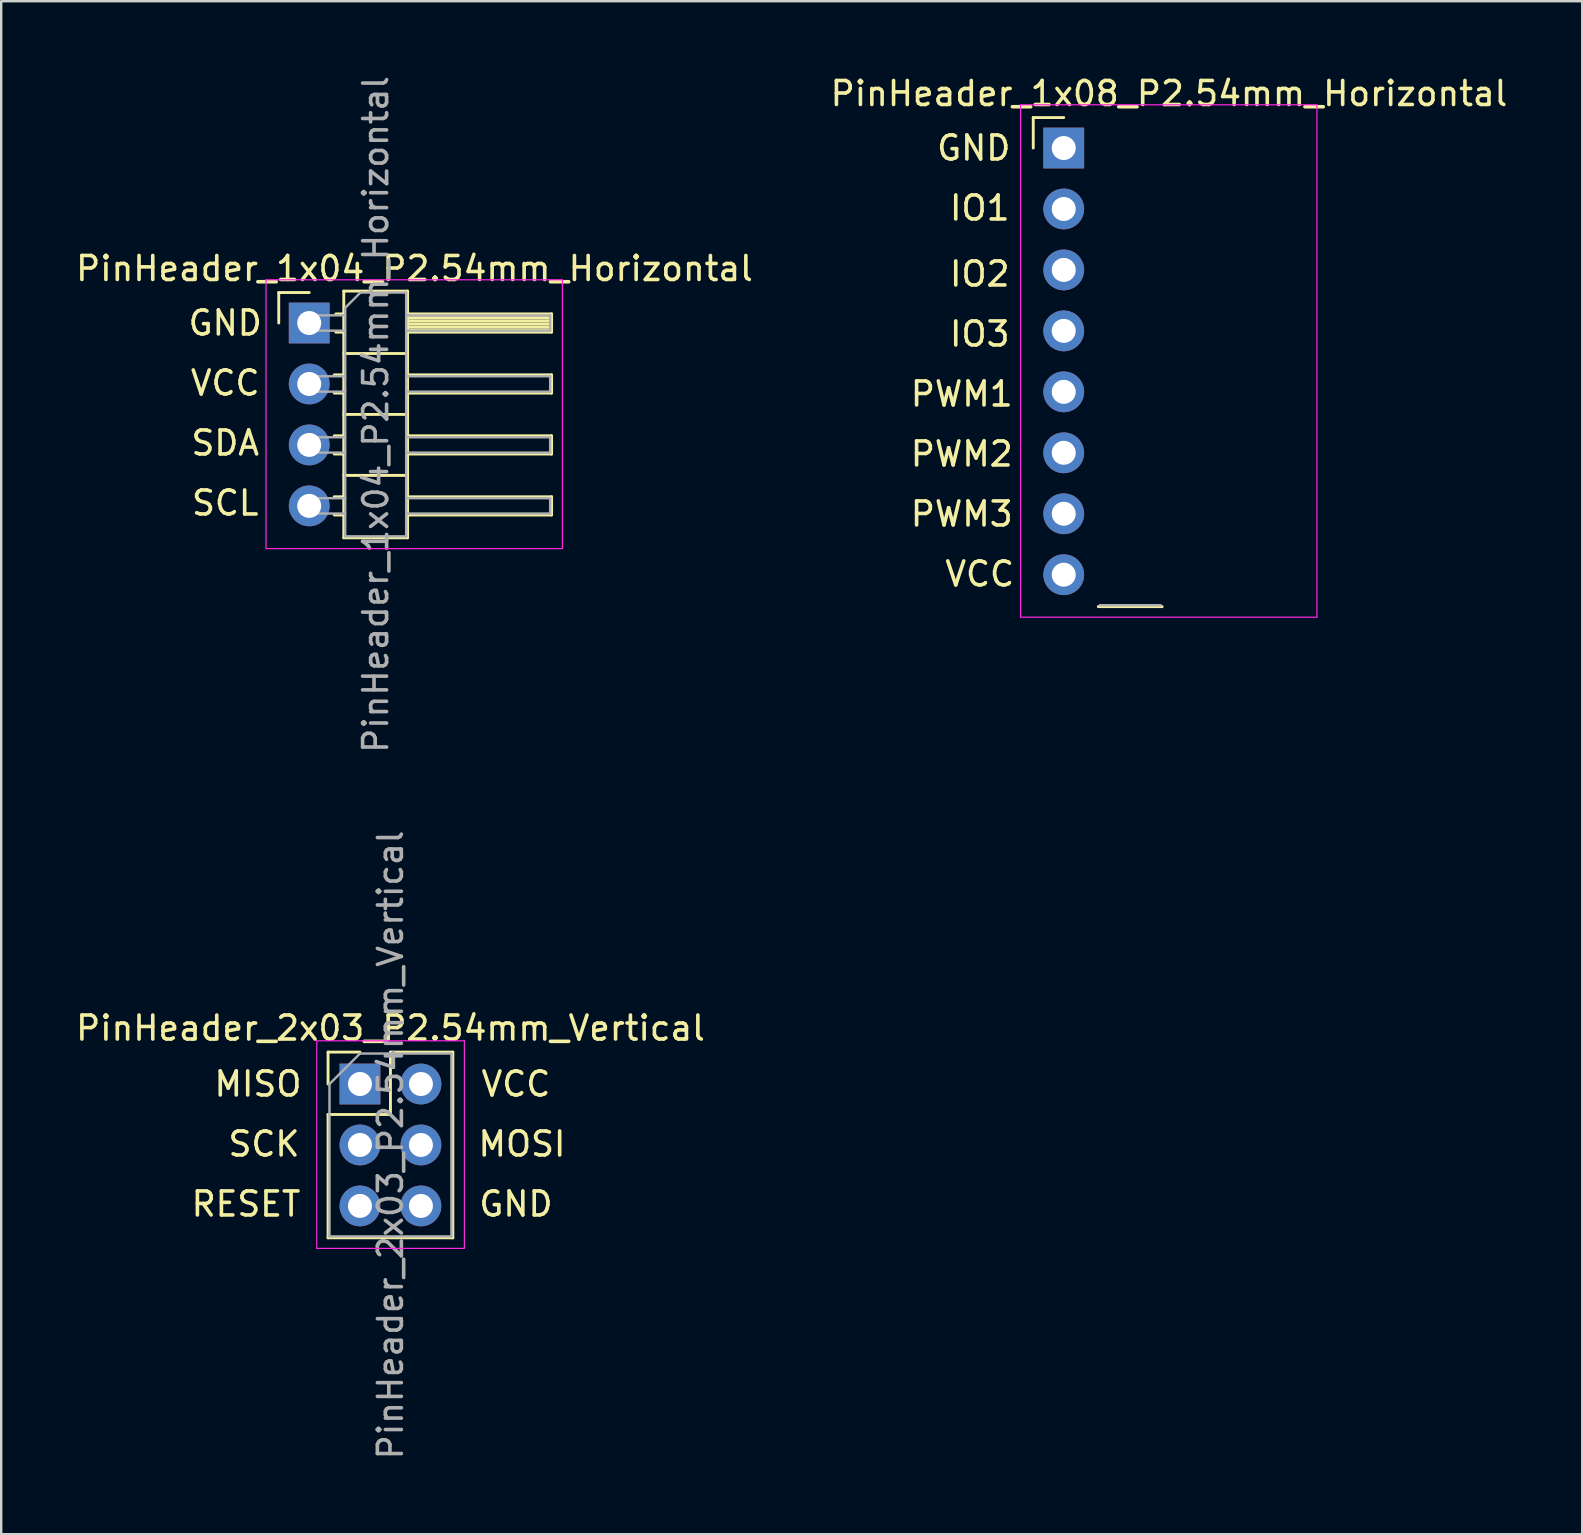
<source format=kicad_pcb>
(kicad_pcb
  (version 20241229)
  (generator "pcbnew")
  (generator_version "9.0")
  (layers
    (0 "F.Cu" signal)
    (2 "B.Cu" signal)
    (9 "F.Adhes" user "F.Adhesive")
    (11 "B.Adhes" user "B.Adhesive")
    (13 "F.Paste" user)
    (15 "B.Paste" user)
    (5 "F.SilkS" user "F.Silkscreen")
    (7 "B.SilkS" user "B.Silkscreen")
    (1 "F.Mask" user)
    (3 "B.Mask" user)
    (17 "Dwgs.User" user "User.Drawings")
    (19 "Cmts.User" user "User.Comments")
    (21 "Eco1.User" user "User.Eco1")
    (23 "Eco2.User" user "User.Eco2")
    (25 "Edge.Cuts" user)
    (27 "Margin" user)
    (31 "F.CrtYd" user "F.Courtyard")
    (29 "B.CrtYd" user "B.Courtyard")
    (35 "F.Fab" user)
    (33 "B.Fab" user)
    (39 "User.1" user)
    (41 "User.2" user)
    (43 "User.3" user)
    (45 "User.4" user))
  (footprint "PinHeader_1x04_P2.54mm_Horizontal"
    (layer "F.Cu")
    (at 9.835 10.41)
    (property "Reference" "PinHeader_1x04_P2.54mm_Horizontal" (at 4.385 -2.27 0) (layer "F.SilkS") (effects (font (size 1 1) (thickness 0.15))))
    (attr through_hole)
    (fp_line (start -1.27 -1.27) (end 0 -1.27) (stroke (width 0.12) (type solid)) (layer "F.SilkS"))
    (fp_line (start -1.27 0) (end -1.27 -1.27) (stroke (width 0.12) (type solid)) (layer "F.SilkS"))
    (fp_line (start 1.043 2.16) (end 1.44 2.16) (stroke (width 0.12) (type solid)) (layer "F.SilkS"))
    (fp_line (start 1.043 2.92) (end 1.44 2.92) (stroke (width 0.12) (type solid)) (layer "F.SilkS"))
    (fp_line (start 1.043 4.7) (end 1.44 4.7) (stroke (width 0.12) (type solid)) (layer "F.SilkS"))
    (fp_line (start 1.043 5.46) (end 1.44 5.46) (stroke (width 0.12) (type solid)) (layer "F.SilkS"))
    (fp_line (start 1.043 7.24) (end 1.44 7.24) (stroke (width 0.12) (type solid)) (layer "F.SilkS"))
    (fp_line (start 1.043 8) (end 1.44 8) (stroke (width 0.12) (type solid)) (layer "F.SilkS"))
    (fp_line (start 1.11 -0.38) (end 1.44 -0.38) (stroke (width 0.12) (type solid)) (layer "F.SilkS"))
    (fp_line (start 1.11 0.38) (end 1.44 0.38) (stroke (width 0.12) (type solid)) (layer "F.SilkS"))
    (fp_line (start 1.44 -1.33) (end 1.44 8.95) (stroke (width 0.12) (type solid)) (layer "F.SilkS"))
    (fp_line (start 1.44 1.27) (end 4.1 1.27) (stroke (width 0.12) (type solid)) (layer "F.SilkS"))
    (fp_line (start 1.44 3.81) (end 4.1 3.81) (stroke (width 0.12) (type solid)) (layer "F.SilkS"))
    (fp_line (start 1.44 6.35) (end 4.1 6.35) (stroke (width 0.12) (type solid)) (layer "F.SilkS"))
    (fp_line (start 1.44 8.95) (end 4.1 8.95) (stroke (width 0.12) (type solid)) (layer "F.SilkS"))
    (fp_line (start 4.1 -1.33) (end 1.44 -1.33) (stroke (width 0.12) (type solid)) (layer "F.SilkS"))
    (fp_line (start 4.1 -0.38) (end 10.1 -0.38) (stroke (width 0.12) (type solid)) (layer "F.SilkS"))
    (fp_line (start 4.1 -0.32) (end 10.1 -0.32) (stroke (width 0.12) (type solid)) (layer "F.SilkS"))
    (fp_line (start 4.1 -0.2) (end 10.1 -0.2) (stroke (width 0.12) (type solid)) (layer "F.SilkS"))
    (fp_line (start 4.1 -0.08) (end 10.1 -0.08) (stroke (width 0.12) (type solid)) (layer "F.SilkS"))
    (fp_line (start 4.1 0.04) (end 10.1 0.04) (stroke (width 0.12) (type solid)) (layer "F.SilkS"))
    (fp_line (start 4.1 0.16) (end 10.1 0.16) (stroke (width 0.12) (type solid)) (layer "F.SilkS"))
    (fp_line (start 4.1 0.28) (end 10.1 0.28) (stroke (width 0.12) (type solid)) (layer "F.SilkS"))
    (fp_line (start 4.1 2.16) (end 10.1 2.16) (stroke (width 0.12) (type solid)) (layer "F.SilkS"))
    (fp_line (start 4.1 4.7) (end 10.1 4.7) (stroke (width 0.12) (type solid)) (layer "F.SilkS"))
    (fp_line (start 4.1 7.24) (end 10.1 7.24) (stroke (width 0.12) (type solid)) (layer "F.SilkS"))
    (fp_line (start 4.1 8.95) (end 4.1 -1.33) (stroke (width 0.12) (type solid)) (layer "F.SilkS"))
    (fp_line (start 10.1 -0.38) (end 10.1 0.38) (stroke (width 0.12) (type solid)) (layer "F.SilkS"))
    (fp_line (start 10.1 0.38) (end 4.1 0.38) (stroke (width 0.12) (type solid)) (layer "F.SilkS"))
    (fp_line (start 10.1 2.16) (end 10.1 2.92) (stroke (width 0.12) (type solid)) (layer "F.SilkS"))
    (fp_line (start 10.1 2.92) (end 4.1 2.92) (stroke (width 0.12) (type solid)) (layer "F.SilkS"))
    (fp_line (start 10.1 4.7) (end 10.1 5.46) (stroke (width 0.12) (type solid)) (layer "F.SilkS"))
    (fp_line (start 10.1 5.46) (end 4.1 5.46) (stroke (width 0.12) (type solid)) (layer "F.SilkS"))
    (fp_line (start 10.1 7.24) (end 10.1 8) (stroke (width 0.12) (type solid)) (layer "F.SilkS"))
    (fp_line (start 10.1 8) (end 4.1 8) (stroke (width 0.12) (type solid)) (layer "F.SilkS"))
    (fp_line (start -1.8 -1.8) (end -1.8 9.4) (stroke (width 0.05) (type solid)) (layer "F.CrtYd"))
    (fp_line (start -1.8 9.4) (end 10.55 9.4) (stroke (width 0.05) (type solid)) (layer "F.CrtYd"))
    (fp_line (start 10.55 -1.8) (end -1.8 -1.8) (stroke (width 0.05) (type solid)) (layer "F.CrtYd"))
    (fp_line (start 10.55 9.4) (end 10.55 -1.8) (stroke (width 0.05) (type solid)) (layer "F.CrtYd"))
    (fp_line (start -0.32 -0.32) (end -0.32 0.32) (stroke (width 0.1) (type solid)) (layer "F.Fab"))
    (fp_line (start -0.32 -0.32) (end 1.5 -0.32) (stroke (width 0.1) (type solid)) (layer "F.Fab"))
    (fp_line (start -0.32 0.32) (end 1.5 0.32) (stroke (width 0.1) (type solid)) (layer "F.Fab"))
    (fp_line (start -0.32 2.22) (end -0.32 2.86) (stroke (width 0.1) (type solid)) (layer "F.Fab"))
    (fp_line (start -0.32 2.22) (end 1.5 2.22) (stroke (width 0.1) (type solid)) (layer "F.Fab"))
    (fp_line (start -0.32 2.86) (end 1.5 2.86) (stroke (width 0.1) (type solid)) (layer "F.Fab"))
    (fp_line (start -0.32 4.76) (end -0.32 5.4) (stroke (width 0.1) (type solid)) (layer "F.Fab"))
    (fp_line (start -0.32 4.76) (end 1.5 4.76) (stroke (width 0.1) (type solid)) (layer "F.Fab"))
    (fp_line (start -0.32 5.4) (end 1.5 5.4) (stroke (width 0.1) (type solid)) (layer "F.Fab"))
    (fp_line (start -0.32 7.3) (end -0.32 7.94) (stroke (width 0.1) (type solid)) (layer "F.Fab"))
    (fp_line (start -0.32 7.3) (end 1.5 7.3) (stroke (width 0.1) (type solid)) (layer "F.Fab"))
    (fp_line (start -0.32 7.94) (end 1.5 7.94) (stroke (width 0.1) (type solid)) (layer "F.Fab"))
    (fp_line (start 1.5 -0.635) (end 2.135 -1.27) (stroke (width 0.1) (type solid)) (layer "F.Fab"))
    (fp_line (start 1.5 8.89) (end 1.5 -0.635) (stroke (width 0.1) (type solid)) (layer "F.Fab"))
    (fp_line (start 2.135 -1.27) (end 4.04 -1.27) (stroke (width 0.1) (type solid)) (layer "F.Fab"))
    (fp_line (start 4.04 -1.27) (end 4.04 8.89) (stroke (width 0.1) (type solid)) (layer "F.Fab"))
    (fp_line (start 4.04 -0.32) (end 10.04 -0.32) (stroke (width 0.1) (type solid)) (layer "F.Fab"))
    (fp_line (start 4.04 0.32) (end 10.04 0.32) (stroke (width 0.1) (type solid)) (layer "F.Fab"))
    (fp_line (start 4.04 2.22) (end 10.04 2.22) (stroke (width 0.1) (type solid)) (layer "F.Fab"))
    (fp_line (start 4.04 2.86) (end 10.04 2.86) (stroke (width 0.1) (type solid)) (layer "F.Fab"))
    (fp_line (start 4.04 4.76) (end 10.04 4.76) (stroke (width 0.1) (type solid)) (layer "F.Fab"))
    (fp_line (start 4.04 5.4) (end 10.04 5.4) (stroke (width 0.1) (type solid)) (layer "F.Fab"))
    (fp_line (start 4.04 7.3) (end 10.04 7.3) (stroke (width 0.1) (type solid)) (layer "F.Fab"))
    (fp_line (start 4.04 7.94) (end 10.04 7.94) (stroke (width 0.1) (type solid)) (layer "F.Fab"))
    (fp_line (start 4.04 8.89) (end 1.5 8.89) (stroke (width 0.1) (type solid)) (layer "F.Fab"))
    (fp_line (start 10.04 -0.32) (end 10.04 0.32) (stroke (width 0.1) (type solid)) (layer "F.Fab"))
    (fp_line (start 10.04 2.22) (end 10.04 2.86) (stroke (width 0.1) (type solid)) (layer "F.Fab"))
    (fp_line (start 10.04 4.76) (end 10.04 5.4) (stroke (width 0.1) (type solid)) (layer "F.Fab"))
    (fp_line (start 10.04 7.3) (end 10.04 7.94) (stroke (width 0.1) (type solid)) (layer "F.Fab"))
    (fp_text user "GND" (at -3.5 0 0) (layer "F.SilkS") (effects (font (size 1 1) (thickness 0.15))))
    (fp_text user "VCC" (at -3.5 2.5 0) (layer "F.SilkS") (effects (font (size 1 1) (thickness 0.15))))
    (fp_text user "SDA" (at -3.5 5 0) (layer "F.SilkS") (effects (font (size 1 1) (thickness 0.15))))
    (fp_text user "SCL" (at -3.5 7.5 0) (layer "F.SilkS") (effects (font (size 1 1) (thickness 0.15))))
    (fp_text user "${REFERENCE}" (at 2.77 3.81 90) (layer "F.Fab") (effects (font (size 1 1) (thickness 0.15))))
    (pad "1" thru_hole rect (at 0 0) (size 1.7 1.7) (drill 1) (layers "*.Cu" "*.Mask"))
    (pad "2" thru_hole oval (at 0 2.54) (size 1.7 1.7) (drill 1) (layers "*.Cu" "*.Mask"))
    (pad "3" thru_hole oval (at 0 5.08) (size 1.7 1.7) (drill 1) (layers "*.Cu" "*.Mask"))
    (pad "4" thru_hole oval (at 0 7.62) (size 1.7 1.7) (drill 1) (layers "*.Cu" "*.Mask")))
  (footprint "PinHeader_2x03_P2.54mm_Vertical"
    (layer "F.Cu")
    (at 11.95 42.121)
    (property "Reference" "PinHeader_2x03_P2.54mm_Vertical" (at 1.27 -2.33 0) (layer "F.SilkS") (effects (font (size 1 1) (thickness 0.15))))
    (attr through_hole)
    (fp_line (start -1.33 -1.33) (end 0 -1.33) (stroke (width 0.12) (type solid)) (layer "F.SilkS"))
    (fp_line (start -1.33 0) (end -1.33 -1.33) (stroke (width 0.12) (type solid)) (layer "F.SilkS"))
    (fp_line (start -1.33 1.27) (end -1.33 6.41) (stroke (width 0.12) (type solid)) (layer "F.SilkS"))
    (fp_line (start -1.33 1.27) (end 1.27 1.27) (stroke (width 0.12) (type solid)) (layer "F.SilkS"))
    (fp_line (start -1.33 6.41) (end 3.87 6.41) (stroke (width 0.12) (type solid)) (layer "F.SilkS"))
    (fp_line (start 1.27 -1.33) (end 3.87 -1.33) (stroke (width 0.12) (type solid)) (layer "F.SilkS"))
    (fp_line (start 1.27 1.27) (end 1.27 -1.33) (stroke (width 0.12) (type solid)) (layer "F.SilkS"))
    (fp_line (start 3.87 -1.33) (end 3.87 6.41) (stroke (width 0.12) (type solid)) (layer "F.SilkS"))
    (fp_line (start -1.8 -1.8) (end -1.8 6.85) (stroke (width 0.05) (type solid)) (layer "F.CrtYd"))
    (fp_line (start -1.8 6.85) (end 4.35 6.85) (stroke (width 0.05) (type solid)) (layer "F.CrtYd"))
    (fp_line (start 4.35 -1.8) (end -1.8 -1.8) (stroke (width 0.05) (type solid)) (layer "F.CrtYd"))
    (fp_line (start 4.35 6.85) (end 4.35 -1.8) (stroke (width 0.05) (type solid)) (layer "F.CrtYd"))
    (fp_line (start -1.27 0) (end 0 -1.27) (stroke (width 0.1) (type solid)) (layer "F.Fab"))
    (fp_line (start -1.27 6.35) (end -1.27 0) (stroke (width 0.1) (type solid)) (layer "F.Fab"))
    (fp_line (start 0 -1.27) (end 3.81 -1.27) (stroke (width 0.1) (type solid)) (layer "F.Fab"))
    (fp_line (start 3.81 -1.27) (end 3.81 6.35) (stroke (width 0.1) (type solid)) (layer "F.Fab"))
    (fp_line (start 3.81 6.35) (end -1.27 6.35) (stroke (width 0.1) (type solid)) (layer "F.Fab"))
    (fp_text user "GND" (at 6.5 5 0) (layer "F.SilkS") (effects (font (size 1 1) (thickness 0.15))))
    (fp_text user "SCK" (at -4 2.5 0) (layer "F.SilkS") (effects (font (size 1 1) (thickness 0.15))))
    (fp_text user "MOSI" (at 6.75 2.5 0) (layer "F.SilkS") (effects (font (size 1 1) (thickness 0.15))))
    (fp_text user "MISO" (at -4.25 0 0) (layer "F.SilkS") (effects (font (size 1 1) (thickness 0.15))))
    (fp_text user "RESET" (at -4.75 5 0) (layer "F.SilkS") (effects (font (size 1 1) (thickness 0.15))))
    (fp_text user "VCC" (at 6.5 0 0) (layer "F.SilkS") (effects (font (size 1 1) (thickness 0.15))))
    (fp_text user "${REFERENCE}" (at 1.27 2.54 90) (layer "F.Fab") (effects (font (size 1 1) (thickness 0.15))))
    (pad "1" thru_hole rect (at 0 0) (size 1.7 1.7) (drill 1) (layers "*.Cu" "*.Mask"))
    (pad "2" thru_hole oval (at 2.54 0) (size 1.7 1.7) (drill 1) (layers "*.Cu" "*.Mask"))
    (pad "3" thru_hole oval (at 0 2.54) (size 1.7 1.7) (drill 1) (layers "*.Cu" "*.Mask"))
    (pad "4" thru_hole oval (at 2.54 2.54) (size 1.7 1.7) (drill 1) (layers "*.Cu" "*.Mask"))
    (pad "5" thru_hole oval (at 0 5.08) (size 1.7 1.7) (drill 1) (layers "*.Cu" "*.Mask"))
    (pad "6" thru_hole oval (at 2.54 5.08) (size 1.7 1.7) (drill 1) (layers "*.Cu" "*.Mask")))
  (footprint "PinHeader_1x08_P2.54mm_Horizontal"
    (layer "F.Cu")
    (at 41.276 3.118)
    (property "Reference" "PinHeader_1x08_P2.54mm_Horizontal" (at 4.385 -2.27 0) (layer "F.SilkS") (effects (font (size 1 1) (thickness 0.15))))
    (attr through_hole)
    (fp_line (start -1.27 -1.27) (end 0 -1.27) (stroke (width 0.12) (type solid)) (layer "F.SilkS"))
    (fp_line (start -1.27 0) (end -1.27 -1.27) (stroke (width 0.12) (type solid)) (layer "F.SilkS"))
    (fp_line (start 1.44 19.11) (end 4.1 19.11) (stroke (width 0.12) (type solid)) (layer "F.SilkS"))
    (fp_line (start -1.8 -1.8) (end -1.8 19.55) (stroke (width 0.05) (type solid)) (layer "F.CrtYd"))
    (fp_line (start -1.8 19.55) (end 10.55 19.55) (stroke (width 0.05) (type solid)) (layer "F.CrtYd"))
    (fp_line (start 10.55 -1.8) (end -1.8 -1.8) (stroke (width 0.05) (type solid)) (layer "F.CrtYd"))
    (fp_line (start 10.55 19.55) (end 10.55 -1.8) (stroke (width 0.05) (type solid)) (layer "F.CrtYd"))
    (fp_line (start -0.32 -0.32) (end -0.32 0.32) (stroke (width 0.1) (type solid)) (layer "F.Fab"))
    (fp_line (start -0.32 2.22) (end -0.32 2.86) (stroke (width 0.1) (type solid)) (layer "F.Fab"))
    (fp_line (start -0.32 4.76) (end -0.32 5.4) (stroke (width 0.1) (type solid)) (layer "F.Fab"))
    (fp_line (start -0.32 7.3) (end -0.32 7.94) (stroke (width 0.1) (type solid)) (layer "F.Fab"))
    (fp_line (start -0.32 9.84) (end -0.32 10.48) (stroke (width 0.1) (type solid)) (layer "F.Fab"))
    (fp_line (start -0.32 12.38) (end -0.32 13.02) (stroke (width 0.1) (type solid)) (layer "F.Fab"))
    (fp_line (start -0.32 14.92) (end -0.32 15.56) (stroke (width 0.1) (type solid)) (layer "F.Fab"))
    (fp_line (start -0.32 17.46) (end -0.32 18.1) (stroke (width 0.1) (type solid)) (layer "F.Fab"))
    (fp_line (start 4.04 19.05) (end 1.5 19.05) (stroke (width 0.1) (type solid)) (layer "F.Fab"))
    (fp_text user "PWM1" (at -4.25 10.25 0) (layer "F.SilkS") (effects (font (size 1 1) (thickness 0.15))))
    (fp_text user "GND" (at -3.75 0 0) (layer "F.SilkS") (effects (font (size 1 1) (thickness 0.15))))
    (fp_text user "IO1" (at -3.5 2.5 0) (layer "F.SilkS") (effects (font (size 1 1) (thickness 0.15))))
    (fp_text user "IO2" (at -3.5 5.25 0) (layer "F.SilkS") (effects (font (size 1 1) (thickness 0.15))))
    (fp_text user "PWM2" (at -4.25 12.75 0) (layer "F.SilkS") (effects (font (size 1 1) (thickness 0.15))))
    (fp_text user "VCC" (at -3.5 17.75 0) (layer "F.SilkS") (effects (font (size 1 1) (thickness 0.15))))
    (fp_text user "PWM3" (at -4.25 15.25 0) (layer "F.SilkS") (effects (font (size 1 1) (thickness 0.15))))
    (fp_text user "IO3" (at -3.5 7.75 0) (layer "F.SilkS") (effects (font (size 1 1) (thickness 0.15))))
    (pad "1" thru_hole rect (at 0 0) (size 1.7 1.7) (drill 1) (layers "*.Cu" "*.Mask"))
    (pad "2" thru_hole oval (at 0 2.54) (size 1.7 1.7) (drill 1) (layers "*.Cu" "*.Mask"))
    (pad "3" thru_hole oval (at 0 5.08) (size 1.7 1.7) (drill 1) (layers "*.Cu" "*.Mask"))
    (pad "4" thru_hole oval (at 0 7.62) (size 1.7 1.7) (drill 1) (layers "*.Cu" "*.Mask"))
    (pad "5" thru_hole oval (at 0 10.16) (size 1.7 1.7) (drill 1) (layers "*.Cu" "*.Mask"))
    (pad "6" thru_hole oval (at 0 12.7) (size 1.7 1.7) (drill 1) (layers "*.Cu" "*.Mask"))
    (pad "7" thru_hole oval (at 0 15.24) (size 1.7 1.7) (drill 1) (layers "*.Cu" "*.Mask"))
    (pad "8" thru_hole oval (at 0 17.78) (size 1.7 1.7) (drill 1) (layers "*.Cu" "*.Mask")))
  (gr_rect
    (start -3 -3)
    (end 62.881 60.881)
    (stroke (width 0.1) (type default))
    (fill no)
    (layer "Edge.Cuts")))
</source>
